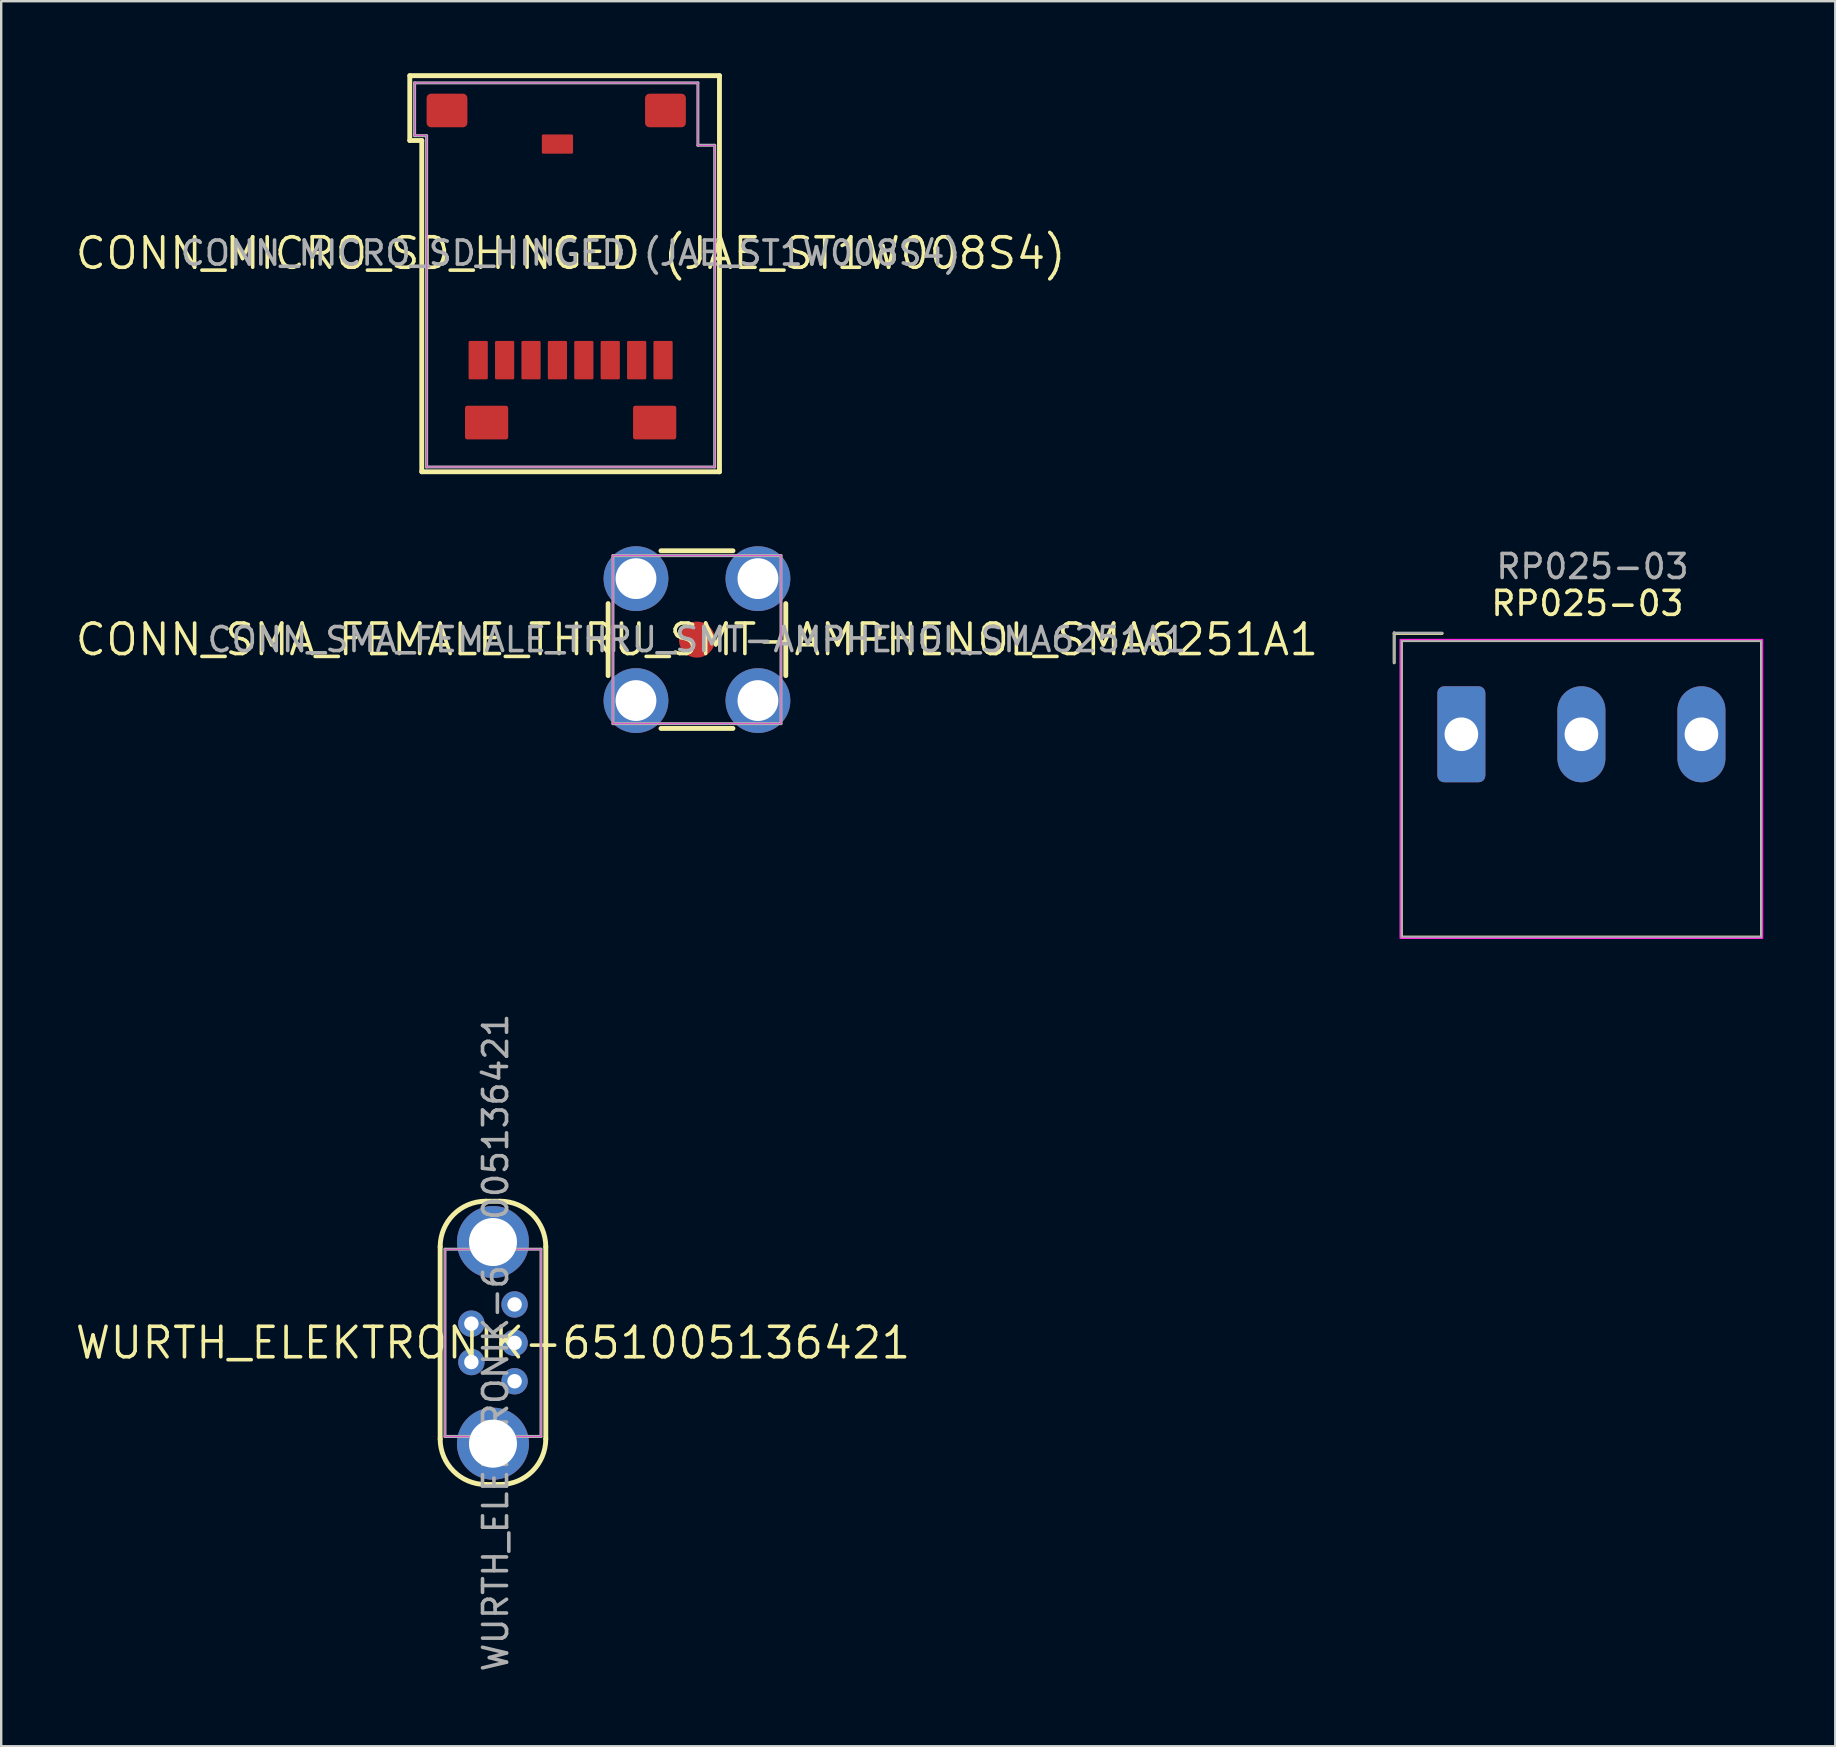
<source format=kicad_pcb>
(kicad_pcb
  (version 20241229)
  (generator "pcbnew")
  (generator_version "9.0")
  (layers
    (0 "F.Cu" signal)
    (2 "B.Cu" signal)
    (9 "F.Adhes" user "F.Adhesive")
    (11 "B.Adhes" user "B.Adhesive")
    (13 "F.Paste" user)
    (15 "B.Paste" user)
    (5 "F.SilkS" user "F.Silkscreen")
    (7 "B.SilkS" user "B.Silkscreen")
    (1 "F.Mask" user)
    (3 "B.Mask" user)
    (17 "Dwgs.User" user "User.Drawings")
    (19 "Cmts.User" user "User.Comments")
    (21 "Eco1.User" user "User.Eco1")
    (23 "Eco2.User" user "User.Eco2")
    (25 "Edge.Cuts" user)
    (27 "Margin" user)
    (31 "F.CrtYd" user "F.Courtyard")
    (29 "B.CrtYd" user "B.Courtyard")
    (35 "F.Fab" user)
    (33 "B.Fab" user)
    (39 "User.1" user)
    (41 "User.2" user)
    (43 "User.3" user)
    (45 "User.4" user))
  (footprint "WURTH_ELEKTRONIK-651005136421"
    (layer "F.Cu")
    (at 17.485 52.887)
    (property "Reference" "WURTH_ELEKTRONIK-651005136421" (at 0 0 0) (layer "F.SilkS") (effects (font (size 1.27 1.27) (thickness 0.15))))
    (fp_line (start -2.2 -4) (end -2.2 4) (stroke (width 0.203) (type solid)) (layer "F.SilkS"))
    (fp_line (start -0.3 5.9) (end 0.3 5.9) (stroke (width 0.203) (type solid)) (layer "F.SilkS"))
    (fp_line (start 0.3 -5.9) (end -0.3 -5.9) (stroke (width 0.203) (type solid)) (layer "F.SilkS"))
    (fp_line (start 2.2 4) (end 2.2 -4) (stroke (width 0.203) (type solid)) (layer "F.SilkS"))
    (fp_arc (start -2.2 -4) (mid -1.643503 -5.343503) (end -0.3 -5.9) (stroke (width 0.2032) (type solid)) (layer "F.SilkS"))
    (fp_arc (start -0.3 5.9) (mid -1.643503 5.343503) (end -2.2 4) (stroke (width 0.2032) (type solid)) (layer "F.SilkS"))
    (fp_arc (start 0.3 -5.9) (mid 1.643503 -5.343503) (end 2.2 -4) (stroke (width 0.2032) (type solid)) (layer "F.SilkS"))
    (fp_arc (start 2.2 4) (mid 1.643503 5.343503) (end 0.3 5.9) (stroke (width 0.2032) (type solid)) (layer "F.SilkS"))
    (fp_line (start -2 -3.9) (end -2 3.9) (stroke (width 0.025) (type solid)) (layer "F.CrtYd"))
    (fp_line (start -2 3.9) (end 2 3.9) (stroke (width 0.025) (type solid)) (layer "F.CrtYd"))
    (fp_line (start 2 -3.9) (end -2 -3.9) (stroke (width 0.025) (type solid)) (layer "F.CrtYd"))
    (fp_line (start 2 3.9) (end 2 -3.9) (stroke (width 0.025) (type solid)) (layer "F.CrtYd"))
    (fp_line (start -2 -3.9) (end -2 3.9) (stroke (width 0.127) (type solid)) (layer "F.Fab"))
    (fp_line (start -2 3.9) (end 2 3.9) (stroke (width 0.127) (type solid)) (layer "F.Fab"))
    (fp_line (start 2 -3.9) (end -2 -3.9) (stroke (width 0.127) (type solid)) (layer "F.Fab"))
    (fp_line (start 2 3.9) (end 2 -3.9) (stroke (width 0.127) (type solid)) (layer "F.Fab"))
    (fp_text user "${REFERENCE}" (at 0.11 -0.01 90) (unlocked yes) (layer "F.Fab") (effects (font (size 1 1) (thickness 0.15))))
    (pad "1" thru_hole circle (at 0.9 1.6) (size 1.1 1.1) (drill 0.6) (layers "*.Cu" "*.Mask"))
    (pad "2" thru_hole circle (at -0.9 0.8) (size 1.1 1.1) (drill 0.6) (layers "*.Cu" "*.Mask"))
    (pad "3" thru_hole circle (at 0.9 0) (size 1.1 1.1) (drill 0.6) (layers "*.Cu" "*.Mask"))
    (pad "4" thru_hole circle (at -0.9 -0.8) (size 1.1 1.1) (drill 0.6) (layers "*.Cu" "*.Mask"))
    (pad "5" thru_hole circle (at 0.9 -1.6) (size 1.1 1.1) (drill 0.6) (layers "*.Cu" "*.Mask"))
    (pad "6" thru_hole circle (at 0 -4.2) (size 3 3) (drill 2) (layers "*.Cu" "*.Mask"))
    (pad "6" thru_hole circle (at 0 4.2) (size 3 3) (drill 2) (layers "*.Cu" "*.Mask")))
  (footprint "RP025-03"
    (layer "F.Cu")
    (at 57.824 27.536)
    (property "Reference" "RP025-03" (at 5.25 -5.45 0) (layer "F.SilkS") (effects (font (size 1 1) (thickness 0.15))))
    (attr through_hole)
    (fp_line (start -2.8 -4.2) (end -0.8 -4.2) (stroke (width 0.12) (type solid)) (layer "F.SilkS"))
    (fp_line (start -2.8 -2.975) (end -2.8 -4.225) (stroke (width 0.12) (type solid)) (layer "F.SilkS"))
    (fp_rect (start -2.5 -3.9) (end 12.5 8.45) (stroke (width 0.12) (type default)) (fill no) (layer "F.SilkS"))
    (fp_rect (start -2.55 -3.95) (end 12.55 8.5) (stroke (width 0.05) (type default)) (fill no) (layer "F.CrtYd"))
    (fp_line (start -2.8 -4.225) (end -0.8 -4.225) (stroke (width 0.1) (type solid)) (layer "F.Fab"))
    (fp_line (start -2.8 -2.975) (end -2.8 -4.225) (stroke (width 0.1) (type solid)) (layer "F.Fab"))
    (fp_rect (start -2.5 -3.9) (end 12.5 8.45) (stroke (width 0.1) (type default)) (fill no) (layer "F.Fab"))
    (fp_text user "${REFERENCE}" (at 5.461 -6.985 0) (layer "F.Fab") (effects (font (size 1 1) (thickness 0.15))))
    (pad "1" thru_hole roundrect (at 0 0) (size 2 4) (drill 1.4) (layers "*.Cu" "*.Mask") (roundrect_rratio 0.139))
    (pad "2" thru_hole oval (at 5 0) (size 2 4) (drill 1.4) (layers "*.Cu" "*.Mask"))
    (pad "3" thru_hole oval (at 10 0) (size 2 4) (drill 1.4) (layers "*.Cu" "*.Mask")))
  (footprint "CONN_SMA_FEMALE_THRU_SMT-AMPHENOL_SMA6251A1"
    (layer "F.Cu")
    (at 25.982 23.593)
    (property "Reference" "CONN_SMA_FEMALE_THRU_SMT-AMPHENOL_SMA6251A1" (at 0 0 0) (layer "F.SilkS") (effects (font (size 1.27 1.27) (thickness 0.15))))
    (fp_line (start -3.7 -1.5) (end -3.7 1.5) (stroke (width 0.203) (type solid)) (layer "F.SilkS"))
    (fp_line (start -1.5 -3.7) (end 1.5 -3.7) (stroke (width 0.203) (type solid)) (layer "F.SilkS"))
    (fp_line (start -1.5 3.7) (end 1.5 3.7) (stroke (width 0.203) (type solid)) (layer "F.SilkS"))
    (fp_line (start 3.7 -1.5) (end 3.7 1.5) (stroke (width 0.203) (type solid)) (layer "F.SilkS"))
    (fp_line (start -3.5 -3.5) (end -3.5 3.5) (stroke (width 0.025) (type solid)) (layer "F.CrtYd"))
    (fp_line (start -3.5 3.5) (end 3.5 3.5) (stroke (width 0.025) (type solid)) (layer "F.CrtYd"))
    (fp_line (start 3.5 -3.5) (end -3.5 -3.5) (stroke (width 0.025) (type solid)) (layer "F.CrtYd"))
    (fp_line (start 3.5 3.5) (end 3.5 -3.5) (stroke (width 0.025) (type solid)) (layer "F.CrtYd"))
    (fp_line (start -3.5 -3.5) (end -3.5 3.5) (stroke (width 0.127) (type solid)) (layer "F.Fab"))
    (fp_line (start -3.5 3.5) (end 3.5 3.5) (stroke (width 0.127) (type solid)) (layer "F.Fab"))
    (fp_line (start 3.5 -3.5) (end -3.5 -3.5) (stroke (width 0.127) (type solid)) (layer "F.Fab"))
    (fp_line (start 3.5 3.5) (end 3.5 -3.5) (stroke (width 0.127) (type solid)) (layer "F.Fab"))
    (fp_text user "${REFERENCE}" (at 0 0 0) (unlocked yes) (layer "F.Fab") (effects (font (size 1 1) (thickness 0.15))))
    (pad "1" smd circle (at 0 0) (size 1.5 1.5) (layers "F.Cu" "F.Mask" "F.Paste"))
    (pad "2" thru_hole circle (at -2.54 2.54) (size 2.7 2.7) (drill 1.7) (layers "*.Cu" "*.Mask"))
    (pad "3" thru_hole circle (at 2.54 2.54) (size 2.7 2.7) (drill 1.7) (layers "*.Cu" "*.Mask"))
    (pad "4" thru_hole circle (at 2.54 -2.54) (size 2.7 2.7) (drill 1.7) (layers "*.Cu" "*.Mask"))
    (pad "5" thru_hole circle (at -2.54 -2.54) (size 2.7 2.7) (drill 1.7) (layers "*.Cu" "*.Mask")))
  (footprint "CONN_MICRO_SD_HINGED (JAE_ST1W008S4)"
    (layer "F.Cu")
    (at 20.72 7.502)
    (property "Reference" "CONN_MICRO_SD_HINGED (JAE_ST1W008S4)" (at 0 0 0) (layer "F.SilkS") (effects (font (size 1.27 1.27) (thickness 0.15))))
    (fp_line (start -6.7 -7.4) (end 6.2 -7.4) (stroke (width 0.203) (type solid)) (layer "F.SilkS"))
    (fp_line (start -6.7 -4.7) (end -6.7 -7.4) (stroke (width 0.203) (type solid)) (layer "F.SilkS"))
    (fp_line (start -6.2 -4.7) (end -6.7 -4.7) (stroke (width 0.203) (type solid)) (layer "F.SilkS"))
    (fp_line (start -6.2 9.1) (end -6.2 -4.7) (stroke (width 0.203) (type solid)) (layer "F.SilkS"))
    (fp_line (start 6.2 -7.4) (end 6.2 9.1) (stroke (width 0.203) (type solid)) (layer "F.SilkS"))
    (fp_line (start 6.2 9.1) (end -6.2 9.1) (stroke (width 0.203) (type solid)) (layer "F.SilkS"))
    (fp_line (start -6.5 -7.1) (end 5.3 -7.1) (stroke (width 0.025) (type solid)) (layer "F.CrtYd"))
    (fp_line (start -6.5 -4.9) (end -6.5 -7.1) (stroke (width 0.025) (type solid)) (layer "F.CrtYd"))
    (fp_line (start -6 -4.9) (end -6.5 -4.9) (stroke (width 0.025) (type solid)) (layer "F.CrtYd"))
    (fp_line (start -6 8.9) (end -6 -4.9) (stroke (width 0.025) (type solid)) (layer "F.CrtYd"))
    (fp_line (start 5.3 -7.1) (end 5.3 -4.5) (stroke (width 0.025) (type solid)) (layer "F.CrtYd"))
    (fp_line (start 5.3 -4.5) (end 6 -4.5) (stroke (width 0.025) (type solid)) (layer "F.CrtYd"))
    (fp_line (start 6 -4.5) (end 6 8.9) (stroke (width 0.025) (type solid)) (layer "F.CrtYd"))
    (fp_line (start 6 8.9) (end -6 8.9) (stroke (width 0.025) (type solid)) (layer "F.CrtYd"))
    (fp_line (start -6.5 -7.1) (end 5.3 -7.1) (stroke (width 0.127) (type solid)) (layer "F.Fab"))
    (fp_line (start -6.5 -4.9) (end -6.5 -7.1) (stroke (width 0.127) (type solid)) (layer "F.Fab"))
    (fp_line (start -6 -4.9) (end -6.5 -4.9) (stroke (width 0.127) (type solid)) (layer "F.Fab"))
    (fp_line (start -6 8.9) (end -6 -4.9) (stroke (width 0.127) (type solid)) (layer "F.Fab"))
    (fp_line (start 5.3 -7.1) (end 5.3 -4.5) (stroke (width 0.127) (type solid)) (layer "F.Fab"))
    (fp_line (start 5.3 -4.5) (end 6 -4.5) (stroke (width 0.127) (type solid)) (layer "F.Fab"))
    (fp_line (start 6 -4.5) (end 6 8.9) (stroke (width 0.127) (type solid)) (layer "F.Fab"))
    (fp_line (start 6 8.9) (end -6 8.9) (stroke (width 0.127) (type solid)) (layer "F.Fab"))
    (fp_text user "${REFERENCE}" (at 0 -0.01 0) (unlocked yes) (layer "F.Fab") (effects (font (size 1 1) (thickness 0.15))))
    (pad "1" smd roundrect (at 3.85 4.45 90) (size 1.6 0.8) (layers "F.Cu" "F.Mask" "F.Paste") (roundrect_rratio 0.066))
    (pad "2" smd roundrect (at 2.75 4.45 90) (size 1.6 0.8) (layers "F.Cu" "F.Mask" "F.Paste") (roundrect_rratio 0.066))
    (pad "3" smd roundrect (at 1.65 4.45 90) (size 1.6 0.8) (layers "F.Cu" "F.Mask" "F.Paste") (roundrect_rratio 0.066))
    (pad "4" smd roundrect (at 0.55 4.45 90) (size 1.6 0.8) (layers "F.Cu" "F.Mask" "F.Paste") (roundrect_rratio 0.066))
    (pad "5" smd roundrect (at -0.55 4.45 90) (size 1.6 0.8) (layers "F.Cu" "F.Mask" "F.Paste") (roundrect_rratio 0.066))
    (pad "6" smd roundrect (at -1.65 4.45 90) (size 1.6 0.8) (layers "F.Cu" "F.Mask" "F.Paste") (roundrect_rratio 0.066))
    (pad "7" smd roundrect (at -2.75 4.45 90) (size 1.6 0.8) (layers "F.Cu" "F.Mask" "F.Paste") (roundrect_rratio 0.066))
    (pad "8" smd roundrect (at -3.85 4.45 90) (size 1.6 0.8) (layers "F.Cu" "F.Mask" "F.Paste") (roundrect_rratio 0.066))
    (pad "9" smd roundrect (at -0.55 -4.55 180) (size 1.3 0.8) (layers "F.Cu" "F.Mask" "F.Paste") (roundrect_rratio 0.066))
    (pad "10" smd roundrect (at 3.5 7.05 180) (size 1.8 1.4) (layers "F.Cu" "F.Mask" "F.Paste") (roundrect_rratio 0.066))
    (pad "11" smd roundrect (at -3.5 7.05 180) (size 1.8 1.4) (layers "F.Cu" "F.Mask" "F.Paste") (roundrect_rratio 0.066))
    (pad "12" smd roundrect (at -5.15 -5.95 180) (size 1.7 1.4) (layers "F.Cu" "F.Mask" "F.Paste") (roundrect_rratio 0.131))
    (pad "13" smd roundrect (at 3.95 -5.95 180) (size 1.7 1.4) (layers "F.Cu" "F.Mask" "F.Paste") (roundrect_rratio 0.131))
    (zone (net_name "") (layer "F.Cu") (name "A0") (hatch none 0.5) (connect_pads) (min_thickness 0.25) (filled_areas_thickness no) (keepout (tracks not_allowed) (vias not_allowed) (pads allowed) (copperpour not_allowed) (footprints allowed)) (placement (enabled no)) (fill) (polygon (pts (xy 14.717 16.202) (xy 19.217 16.202) (xy 19.217 14.602) (xy 18.217 14.602) (xy 18.217 15.302) (xy 16.217 15.302) (xy 16.217 10.402) (xy 25.217 10.402) (xy 25.217 15.302) (xy 23.217 15.302) (xy 23.217 14.602) (xy 22.217 14.602) (xy 22.217 16.202) (xy 26.717 16.202) (xy 26.717 5.202) (xy 25.617 5.202) (xy 25.617 2.302) (xy 23.717 2.302) (xy 23.717 0.402) (xy 16.517 0.402) (xy 16.517 2.302) (xy 14.717 2.302))) (polygon (pts (xy 19.417 3.402) (xy 20.917 3.402) (xy 20.917 2.502) (xy 19.417 2.502)))))
  (gr_rect
    (start -3 -3)
    (end 73.399 69.692)
    (stroke (width 0.1) (type default))
    (fill no)
    (layer "Edge.Cuts")))
</source>
